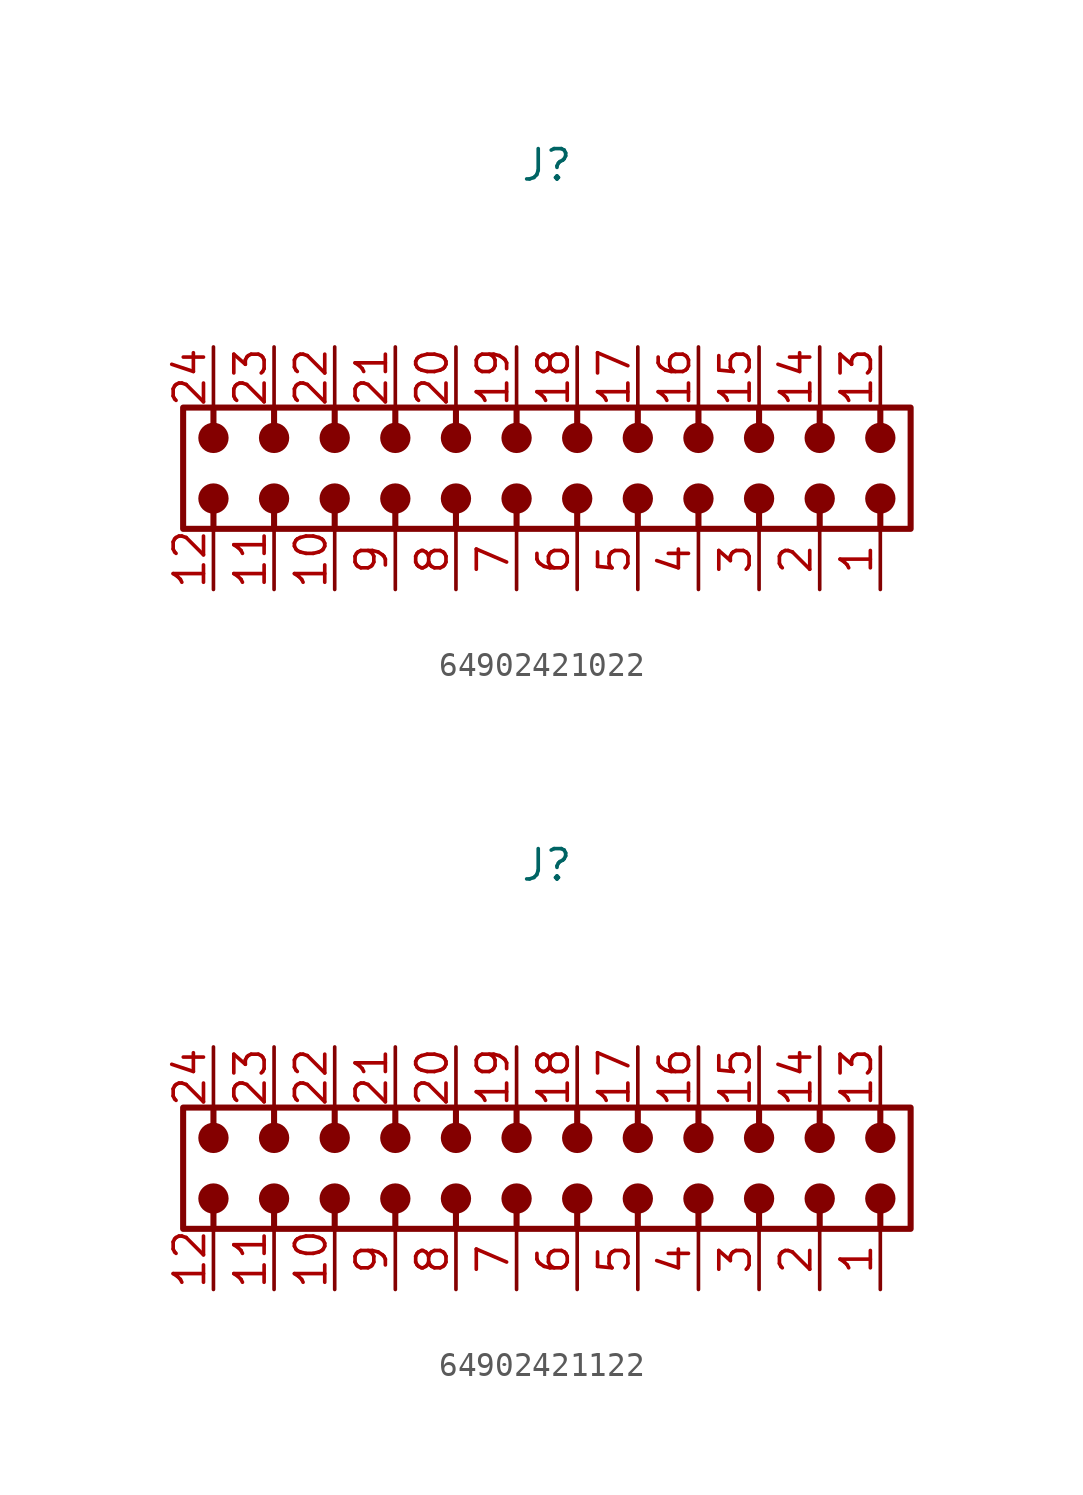
<source format=kicad_sym>
(kicad_symbol_lib
  (version 20241209)
  (generator "kicad_symbol_editor")
  (generator_version "9.0")
  (symbol "64902421022"
    (pin_names
      (hide yes))
    (property "Reference" "J"
      (at 0 12.7 0)
      (effects (font (size 1.27 1.27))))
    (symbol "64902421022_1_1"
      (rectangle (start -15.24 2.54) (end 15.24 -2.54) (stroke (width 0.254) (type solid)) (fill (type none)))
      (polyline (pts (xy -13.97 1.778) (xy -13.97 2.54)) (stroke (width 0.254) (type solid)) (fill (type none)))
      (circle (center -13.97 1.27) (radius 0.508) (stroke (width 0.254) (type solid)) (fill (type outline)))
      (circle (center -13.97 -1.27) (radius 0.508) (stroke (width 0.254) (type solid)) (fill (type outline)))
      (polyline (pts (xy -13.97 -1.778) (xy -13.97 -2.54)) (stroke (width 0.254) (type solid)) (fill (type none)))
      (polyline (pts (xy -11.43 1.778) (xy -11.43 2.54)) (stroke (width 0.254) (type solid)) (fill (type none)))
      (circle (center -11.43 1.27) (radius 0.508) (stroke (width 0.254) (type solid)) (fill (type outline)))
      (circle (center -11.43 -1.27) (radius 0.508) (stroke (width 0.254) (type solid)) (fill (type outline)))
      (polyline (pts (xy -11.43 -1.778) (xy -11.43 -2.54)) (stroke (width 0.254) (type solid)) (fill (type none)))
      (polyline (pts (xy -8.89 1.778) (xy -8.89 2.54)) (stroke (width 0.254) (type solid)) (fill (type none)))
      (circle (center -8.89 1.27) (radius 0.508) (stroke (width 0.254) (type solid)) (fill (type outline)))
      (circle (center -8.89 -1.27) (radius 0.508) (stroke (width 0.254) (type solid)) (fill (type outline)))
      (polyline (pts (xy -8.89 -1.778) (xy -8.89 -2.54)) (stroke (width 0.254) (type solid)) (fill (type none)))
      (polyline (pts (xy -6.35 1.778) (xy -6.35 2.54)) (stroke (width 0.254) (type solid)) (fill (type none)))
      (circle (center -6.35 1.27) (radius 0.508) (stroke (width 0.254) (type solid)) (fill (type outline)))
      (circle (center -6.35 -1.27) (radius 0.508) (stroke (width 0.254) (type solid)) (fill (type outline)))
      (polyline (pts (xy -6.35 -1.778) (xy -6.35 -2.54)) (stroke (width 0.254) (type solid)) (fill (type none)))
      (polyline (pts (xy -3.81 1.778) (xy -3.81 2.54)) (stroke (width 0.254) (type solid)) (fill (type none)))
      (circle (center -3.81 1.27) (radius 0.508) (stroke (width 0.254) (type solid)) (fill (type outline)))
      (circle (center -3.81 -1.27) (radius 0.508) (stroke (width 0.254) (type solid)) (fill (type outline)))
      (polyline (pts (xy -3.81 -1.778) (xy -3.81 -2.54)) (stroke (width 0.254) (type solid)) (fill (type none)))
      (polyline (pts (xy -1.27 1.778) (xy -1.27 2.54)) (stroke (width 0.254) (type solid)) (fill (type none)))
      (circle (center -1.27 1.27) (radius 0.508) (stroke (width 0.254) (type solid)) (fill (type outline)))
      (circle (center -1.27 -1.27) (radius 0.508) (stroke (width 0.254) (type solid)) (fill (type outline)))
      (polyline (pts (xy -1.27 -1.778) (xy -1.27 -2.54)) (stroke (width 0.254) (type solid)) (fill (type none)))
      (polyline (pts (xy 1.27 1.778) (xy 1.27 2.54)) (stroke (width 0.254) (type solid)) (fill (type none)))
      (circle (center 1.27 1.27) (radius 0.508) (stroke (width 0.254) (type solid)) (fill (type outline)))
      (circle (center 1.27 -1.27) (radius 0.508) (stroke (width 0.254) (type solid)) (fill (type outline)))
      (polyline (pts (xy 1.27 -1.778) (xy 1.27 -2.54)) (stroke (width 0.254) (type solid)) (fill (type none)))
      (polyline (pts (xy 3.81 1.778) (xy 3.81 2.54)) (stroke (width 0.254) (type solid)) (fill (type none)))
      (circle (center 3.81 1.27) (radius 0.508) (stroke (width 0.254) (type solid)) (fill (type outline)))
      (circle (center 3.81 -1.27) (radius 0.508) (stroke (width 0.254) (type solid)) (fill (type outline)))
      (polyline (pts (xy 3.81 -1.778) (xy 3.81 -2.54)) (stroke (width 0.254) (type solid)) (fill (type none)))
      (polyline (pts (xy 6.35 1.778) (xy 6.35 2.54)) (stroke (width 0.254) (type solid)) (fill (type none)))
      (circle (center 6.35 1.27) (radius 0.508) (stroke (width 0.254) (type solid)) (fill (type outline)))
      (circle (center 6.35 -1.27) (radius 0.508) (stroke (width 0.254) (type solid)) (fill (type outline)))
      (polyline (pts (xy 6.35 -1.778) (xy 6.35 -2.54)) (stroke (width 0.254) (type solid)) (fill (type none)))
      (polyline (pts (xy 8.89 1.778) (xy 8.89 2.54)) (stroke (width 0.254) (type solid)) (fill (type none)))
      (circle (center 8.89 1.27) (radius 0.508) (stroke (width 0.254) (type solid)) (fill (type outline)))
      (circle (center 8.89 -1.27) (radius 0.508) (stroke (width 0.254) (type solid)) (fill (type outline)))
      (polyline (pts (xy 8.89 -1.778) (xy 8.89 -2.54)) (stroke (width 0.254) (type solid)) (fill (type none)))
      (polyline (pts (xy 11.43 1.778) (xy 11.43 2.54)) (stroke (width 0.254) (type solid)) (fill (type none)))
      (circle (center 11.43 1.27) (radius 0.508) (stroke (width 0.254) (type solid)) (fill (type outline)))
      (circle (center 11.43 -1.27) (radius 0.508) (stroke (width 0.254) (type solid)) (fill (type outline)))
      (polyline (pts (xy 11.43 -1.778) (xy 11.43 -2.54)) (stroke (width 0.254) (type solid)) (fill (type none)))
      (polyline (pts (xy 13.97 1.778) (xy 13.97 2.54)) (stroke (width 0.254) (type solid)) (fill (type none)))
      (circle (center 13.97 1.27) (radius 0.508) (stroke (width 0.254) (type solid)) (fill (type outline)))
      (circle (center 13.97 -1.27) (radius 0.508) (stroke (width 0.254) (type solid)) (fill (type outline)))
      (polyline (pts (xy 13.97 -1.778) (xy 13.97 -2.54)) (stroke (width 0.254) (type solid)) (fill (type none)))
      (pin passive line (at -13.97 5.08 270) (length 2.54) (name "24" (effects (font (size 1.27 1.27)))) (number "24" (effects (font (size 1.27 1.27)))))
      (pin passive line (at -13.97 -5.08 90) (length 2.54) (name "12" (effects (font (size 1.27 1.27)))) (number "12" (effects (font (size 1.27 1.27)))))
      (pin passive line (at -11.43 5.08 270) (length 2.54) (name "23" (effects (font (size 1.27 1.27)))) (number "23" (effects (font (size 1.27 1.27)))))
      (pin passive line (at -11.43 -5.08 90) (length 2.54) (name "11" (effects (font (size 1.27 1.27)))) (number "11" (effects (font (size 1.27 1.27)))))
      (pin passive line (at -8.89 5.08 270) (length 2.54) (name "22" (effects (font (size 1.27 1.27)))) (number "22" (effects (font (size 1.27 1.27)))))
      (pin passive line (at -8.89 -5.08 90) (length 2.54) (name "10" (effects (font (size 1.27 1.27)))) (number "10" (effects (font (size 1.27 1.27)))))
      (pin passive line (at -6.35 5.08 270) (length 2.54) (name "21" (effects (font (size 1.27 1.27)))) (number "21" (effects (font (size 1.27 1.27)))))
      (pin passive line (at -6.35 -5.08 90) (length 2.54) (name "9" (effects (font (size 1.27 1.27)))) (number "9" (effects (font (size 1.27 1.27)))))
      (pin passive line (at -3.81 5.08 270) (length 2.54) (name "20" (effects (font (size 1.27 1.27)))) (number "20" (effects (font (size 1.27 1.27)))))
      (pin passive line (at -3.81 -5.08 90) (length 2.54) (name "8" (effects (font (size 1.27 1.27)))) (number "8" (effects (font (size 1.27 1.27)))))
      (pin passive line (at -1.27 5.08 270) (length 2.54) (name "19" (effects (font (size 1.27 1.27)))) (number "19" (effects (font (size 1.27 1.27)))))
      (pin passive line (at -1.27 -5.08 90) (length 2.54) (name "7" (effects (font (size 1.27 1.27)))) (number "7" (effects (font (size 1.27 1.27)))))
      (pin passive line (at 1.27 5.08 270) (length 2.54) (name "18" (effects (font (size 1.27 1.27)))) (number "18" (effects (font (size 1.27 1.27)))))
      (pin passive line (at 1.27 -5.08 90) (length 2.54) (name "6" (effects (font (size 1.27 1.27)))) (number "6" (effects (font (size 1.27 1.27)))))
      (pin passive line (at 3.81 5.08 270) (length 2.54) (name "17" (effects (font (size 1.27 1.27)))) (number "17" (effects (font (size 1.27 1.27)))))
      (pin passive line (at 3.81 -5.08 90) (length 2.54) (name "5" (effects (font (size 1.27 1.27)))) (number "5" (effects (font (size 1.27 1.27)))))
      (pin passive line (at 6.35 5.08 270) (length 2.54) (name "16" (effects (font (size 1.27 1.27)))) (number "16" (effects (font (size 1.27 1.27)))))
      (pin passive line (at 6.35 -5.08 90) (length 2.54) (name "4" (effects (font (size 1.27 1.27)))) (number "4" (effects (font (size 1.27 1.27)))))
      (pin passive line (at 8.89 5.08 270) (length 2.54) (name "15" (effects (font (size 1.27 1.27)))) (number "15" (effects (font (size 1.27 1.27)))))
      (pin passive line (at 8.89 -5.08 90) (length 2.54) (name "3" (effects (font (size 1.27 1.27)))) (number "3" (effects (font (size 1.27 1.27)))))
      (pin passive line (at 11.43 5.08 270) (length 2.54) (name "14" (effects (font (size 1.27 1.27)))) (number "14" (effects (font (size 1.27 1.27)))))
      (pin passive line (at 11.43 -5.08 90) (length 2.54) (name "2" (effects (font (size 1.27 1.27)))) (number "2" (effects (font (size 1.27 1.27)))))
      (pin passive line (at 13.97 5.08 270) (length 2.54) (name "13" (effects (font (size 1.27 1.27)))) (number "13" (effects (font (size 1.27 1.27)))))
      (pin passive line (at 13.97 -5.08 90) (length 2.54) (name "1" (effects (font (size 1.27 1.27)))) (number "1" (effects (font (size 1.27 1.27)))))))
  (symbol "64902421122"
    (pin_names
      (hide yes))
    (property "Reference" "J"
      (at 0 12.7 0)
      (effects (font (size 1.27 1.27))))
    (symbol "64902421122_1_1"
      (rectangle (start -15.24 2.54) (end 15.24 -2.54) (stroke (width 0.254) (type solid)) (fill (type none)))
      (polyline (pts (xy -13.97 1.778) (xy -13.97 2.54)) (stroke (width 0.254) (type solid)) (fill (type none)))
      (circle (center -13.97 1.27) (radius 0.508) (stroke (width 0.254) (type solid)) (fill (type outline)))
      (circle (center -13.97 -1.27) (radius 0.508) (stroke (width 0.254) (type solid)) (fill (type outline)))
      (polyline (pts (xy -13.97 -1.778) (xy -13.97 -2.54)) (stroke (width 0.254) (type solid)) (fill (type none)))
      (polyline (pts (xy -11.43 1.778) (xy -11.43 2.54)) (stroke (width 0.254) (type solid)) (fill (type none)))
      (circle (center -11.43 1.27) (radius 0.508) (stroke (width 0.254) (type solid)) (fill (type outline)))
      (circle (center -11.43 -1.27) (radius 0.508) (stroke (width 0.254) (type solid)) (fill (type outline)))
      (polyline (pts (xy -11.43 -1.778) (xy -11.43 -2.54)) (stroke (width 0.254) (type solid)) (fill (type none)))
      (polyline (pts (xy -8.89 1.778) (xy -8.89 2.54)) (stroke (width 0.254) (type solid)) (fill (type none)))
      (circle (center -8.89 1.27) (radius 0.508) (stroke (width 0.254) (type solid)) (fill (type outline)))
      (circle (center -8.89 -1.27) (radius 0.508) (stroke (width 0.254) (type solid)) (fill (type outline)))
      (polyline (pts (xy -8.89 -1.778) (xy -8.89 -2.54)) (stroke (width 0.254) (type solid)) (fill (type none)))
      (polyline (pts (xy -6.35 1.778) (xy -6.35 2.54)) (stroke (width 0.254) (type solid)) (fill (type none)))
      (circle (center -6.35 1.27) (radius 0.508) (stroke (width 0.254) (type solid)) (fill (type outline)))
      (circle (center -6.35 -1.27) (radius 0.508) (stroke (width 0.254) (type solid)) (fill (type outline)))
      (polyline (pts (xy -6.35 -1.778) (xy -6.35 -2.54)) (stroke (width 0.254) (type solid)) (fill (type none)))
      (polyline (pts (xy -3.81 1.778) (xy -3.81 2.54)) (stroke (width 0.254) (type solid)) (fill (type none)))
      (circle (center -3.81 1.27) (radius 0.508) (stroke (width 0.254) (type solid)) (fill (type outline)))
      (circle (center -3.81 -1.27) (radius 0.508) (stroke (width 0.254) (type solid)) (fill (type outline)))
      (polyline (pts (xy -3.81 -1.778) (xy -3.81 -2.54)) (stroke (width 0.254) (type solid)) (fill (type none)))
      (polyline (pts (xy -1.27 1.778) (xy -1.27 2.54)) (stroke (width 0.254) (type solid)) (fill (type none)))
      (circle (center -1.27 1.27) (radius 0.508) (stroke (width 0.254) (type solid)) (fill (type outline)))
      (circle (center -1.27 -1.27) (radius 0.508) (stroke (width 0.254) (type solid)) (fill (type outline)))
      (polyline (pts (xy -1.27 -1.778) (xy -1.27 -2.54)) (stroke (width 0.254) (type solid)) (fill (type none)))
      (polyline (pts (xy 1.27 1.778) (xy 1.27 2.54)) (stroke (width 0.254) (type solid)) (fill (type none)))
      (circle (center 1.27 1.27) (radius 0.508) (stroke (width 0.254) (type solid)) (fill (type outline)))
      (circle (center 1.27 -1.27) (radius 0.508) (stroke (width 0.254) (type solid)) (fill (type outline)))
      (polyline (pts (xy 1.27 -1.778) (xy 1.27 -2.54)) (stroke (width 0.254) (type solid)) (fill (type none)))
      (polyline (pts (xy 3.81 1.778) (xy 3.81 2.54)) (stroke (width 0.254) (type solid)) (fill (type none)))
      (circle (center 3.81 1.27) (radius 0.508) (stroke (width 0.254) (type solid)) (fill (type outline)))
      (circle (center 3.81 -1.27) (radius 0.508) (stroke (width 0.254) (type solid)) (fill (type outline)))
      (polyline (pts (xy 3.81 -1.778) (xy 3.81 -2.54)) (stroke (width 0.254) (type solid)) (fill (type none)))
      (polyline (pts (xy 6.35 1.778) (xy 6.35 2.54)) (stroke (width 0.254) (type solid)) (fill (type none)))
      (circle (center 6.35 1.27) (radius 0.508) (stroke (width 0.254) (type solid)) (fill (type outline)))
      (circle (center 6.35 -1.27) (radius 0.508) (stroke (width 0.254) (type solid)) (fill (type outline)))
      (polyline (pts (xy 6.35 -1.778) (xy 6.35 -2.54)) (stroke (width 0.254) (type solid)) (fill (type none)))
      (polyline (pts (xy 8.89 1.778) (xy 8.89 2.54)) (stroke (width 0.254) (type solid)) (fill (type none)))
      (circle (center 8.89 1.27) (radius 0.508) (stroke (width 0.254) (type solid)) (fill (type outline)))
      (circle (center 8.89 -1.27) (radius 0.508) (stroke (width 0.254) (type solid)) (fill (type outline)))
      (polyline (pts (xy 8.89 -1.778) (xy 8.89 -2.54)) (stroke (width 0.254) (type solid)) (fill (type none)))
      (polyline (pts (xy 11.43 1.778) (xy 11.43 2.54)) (stroke (width 0.254) (type solid)) (fill (type none)))
      (circle (center 11.43 1.27) (radius 0.508) (stroke (width 0.254) (type solid)) (fill (type outline)))
      (circle (center 11.43 -1.27) (radius 0.508) (stroke (width 0.254) (type solid)) (fill (type outline)))
      (polyline (pts (xy 11.43 -1.778) (xy 11.43 -2.54)) (stroke (width 0.254) (type solid)) (fill (type none)))
      (polyline (pts (xy 13.97 1.778) (xy 13.97 2.54)) (stroke (width 0.254) (type solid)) (fill (type none)))
      (circle (center 13.97 1.27) (radius 0.508) (stroke (width 0.254) (type solid)) (fill (type outline)))
      (circle (center 13.97 -1.27) (radius 0.508) (stroke (width 0.254) (type solid)) (fill (type outline)))
      (polyline (pts (xy 13.97 -1.778) (xy 13.97 -2.54)) (stroke (width 0.254) (type solid)) (fill (type none)))
      (pin passive line (at -13.97 5.08 270) (length 2.54) (name "24" (effects (font (size 1.27 1.27)))) (number "24" (effects (font (size 1.27 1.27)))))
      (pin passive line (at -13.97 -5.08 90) (length 2.54) (name "12" (effects (font (size 1.27 1.27)))) (number "12" (effects (font (size 1.27 1.27)))))
      (pin passive line (at -11.43 5.08 270) (length 2.54) (name "23" (effects (font (size 1.27 1.27)))) (number "23" (effects (font (size 1.27 1.27)))))
      (pin passive line (at -11.43 -5.08 90) (length 2.54) (name "11" (effects (font (size 1.27 1.27)))) (number "11" (effects (font (size 1.27 1.27)))))
      (pin passive line (at -8.89 5.08 270) (length 2.54) (name "22" (effects (font (size 1.27 1.27)))) (number "22" (effects (font (size 1.27 1.27)))))
      (pin passive line (at -8.89 -5.08 90) (length 2.54) (name "10" (effects (font (size 1.27 1.27)))) (number "10" (effects (font (size 1.27 1.27)))))
      (pin passive line (at -6.35 5.08 270) (length 2.54) (name "21" (effects (font (size 1.27 1.27)))) (number "21" (effects (font (size 1.27 1.27)))))
      (pin passive line (at -6.35 -5.08 90) (length 2.54) (name "9" (effects (font (size 1.27 1.27)))) (number "9" (effects (font (size 1.27 1.27)))))
      (pin passive line (at -3.81 5.08 270) (length 2.54) (name "20" (effects (font (size 1.27 1.27)))) (number "20" (effects (font (size 1.27 1.27)))))
      (pin passive line (at -3.81 -5.08 90) (length 2.54) (name "8" (effects (font (size 1.27 1.27)))) (number "8" (effects (font (size 1.27 1.27)))))
      (pin passive line (at -1.27 5.08 270) (length 2.54) (name "19" (effects (font (size 1.27 1.27)))) (number "19" (effects (font (size 1.27 1.27)))))
      (pin passive line (at -1.27 -5.08 90) (length 2.54) (name "7" (effects (font (size 1.27 1.27)))) (number "7" (effects (font (size 1.27 1.27)))))
      (pin passive line (at 1.27 5.08 270) (length 2.54) (name "18" (effects (font (size 1.27 1.27)))) (number "18" (effects (font (size 1.27 1.27)))))
      (pin passive line (at 1.27 -5.08 90) (length 2.54) (name "6" (effects (font (size 1.27 1.27)))) (number "6" (effects (font (size 1.27 1.27)))))
      (pin passive line (at 3.81 5.08 270) (length 2.54) (name "17" (effects (font (size 1.27 1.27)))) (number "17" (effects (font (size 1.27 1.27)))))
      (pin passive line (at 3.81 -5.08 90) (length 2.54) (name "5" (effects (font (size 1.27 1.27)))) (number "5" (effects (font (size 1.27 1.27)))))
      (pin passive line (at 6.35 5.08 270) (length 2.54) (name "16" (effects (font (size 1.27 1.27)))) (number "16" (effects (font (size 1.27 1.27)))))
      (pin passive line (at 6.35 -5.08 90) (length 2.54) (name "4" (effects (font (size 1.27 1.27)))) (number "4" (effects (font (size 1.27 1.27)))))
      (pin passive line (at 8.89 5.08 270) (length 2.54) (name "15" (effects (font (size 1.27 1.27)))) (number "15" (effects (font (size 1.27 1.27)))))
      (pin passive line (at 8.89 -5.08 90) (length 2.54) (name "3" (effects (font (size 1.27 1.27)))) (number "3" (effects (font (size 1.27 1.27)))))
      (pin passive line (at 11.43 5.08 270) (length 2.54) (name "14" (effects (font (size 1.27 1.27)))) (number "14" (effects (font (size 1.27 1.27)))))
      (pin passive line (at 11.43 -5.08 90) (length 2.54) (name "2" (effects (font (size 1.27 1.27)))) (number "2" (effects (font (size 1.27 1.27)))))
      (pin passive line (at 13.97 5.08 270) (length 2.54) (name "13" (effects (font (size 1.27 1.27)))) (number "13" (effects (font (size 1.27 1.27)))))
      (pin passive line (at 13.97 -5.08 90) (length 2.54) (name "1" (effects (font (size 1.27 1.27)))) (number "1" (effects (font (size 1.27 1.27))))))))
</source>
